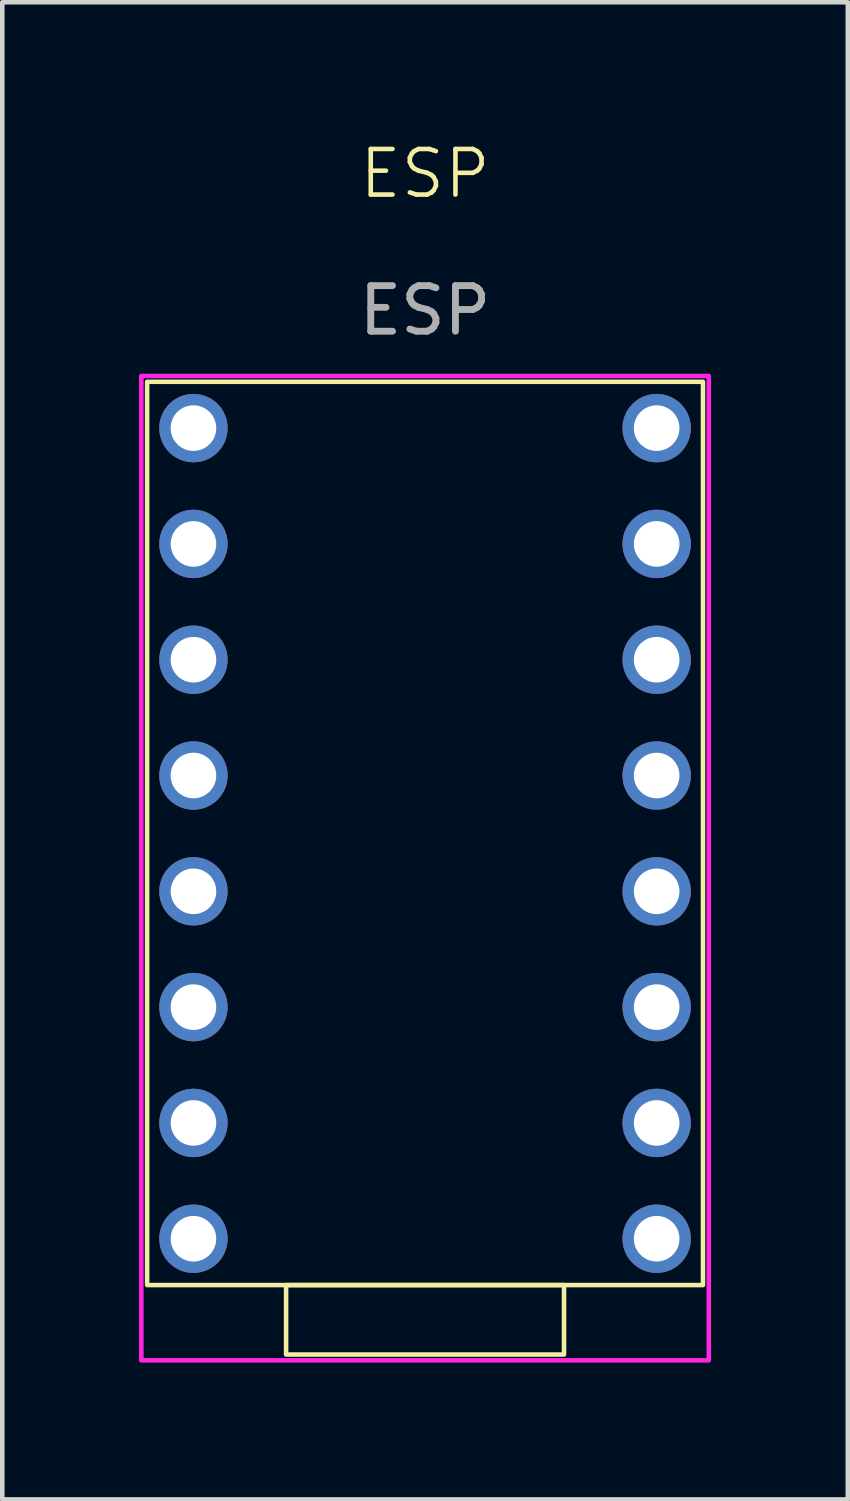
<source format=kicad_pcb>
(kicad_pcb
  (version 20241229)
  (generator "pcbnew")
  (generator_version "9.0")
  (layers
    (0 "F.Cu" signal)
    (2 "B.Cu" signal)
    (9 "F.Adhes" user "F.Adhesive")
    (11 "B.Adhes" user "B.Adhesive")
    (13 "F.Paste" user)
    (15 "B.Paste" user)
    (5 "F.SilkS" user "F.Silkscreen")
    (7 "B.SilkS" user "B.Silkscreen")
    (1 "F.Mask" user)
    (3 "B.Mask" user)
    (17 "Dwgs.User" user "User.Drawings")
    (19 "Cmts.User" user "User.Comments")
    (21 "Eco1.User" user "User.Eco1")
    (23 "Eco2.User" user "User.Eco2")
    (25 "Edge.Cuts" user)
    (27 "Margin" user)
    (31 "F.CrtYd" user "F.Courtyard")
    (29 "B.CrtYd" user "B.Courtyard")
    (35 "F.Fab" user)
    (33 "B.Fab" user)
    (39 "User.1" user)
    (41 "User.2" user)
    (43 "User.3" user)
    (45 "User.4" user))
  (footprint "ESP"
    (layer "F.Cu")
    (at 6.273 1.26)
    (property "Reference" "ESP" (at 0 -0.5 0) (unlocked yes) (layer "F.SilkS") (effects (font (size 1 1) (thickness 0.1))))
    (attr smd)
    (fp_rect (start -6.096 4.064) (end 6.096 23.876) (stroke (width 0.1) (type default)) (fill no) (layer "F.SilkS"))
    (fp_rect (start -3.048 23.876) (end 3.048 25.4) (stroke (width 0.1) (type default)) (fill no) (layer "F.SilkS"))
    (fp_rect (start -6.223 3.937) (end 6.223 25.527) (stroke (width 0.1) (type default)) (fill no) (layer "F.CrtYd"))
    (fp_text user "${REFERENCE}" (at 0 2.5 0) (unlocked yes) (layer "F.Fab") (effects (font (size 1 1) (thickness 0.15))))
    (fp_text user "USB" (at 0 25.273 0) (unlocked yes) (layer "User.6") (effects (font (size 1 1) (thickness 0.1)) (justify bottom)))
    (pad "1" thru_hole circle (at -5.08 22.86) (size 1.5 1.5) (drill 1) (layers "*.Cu" "*.Mask"))
    (pad "2" thru_hole circle (at -5.08 20.32) (size 1.5 1.5) (drill 1) (layers "*.Cu" "*.Mask"))
    (pad "3" thru_hole circle (at -5.08 17.78) (size 1.5 1.5) (drill 1) (layers "*.Cu" "*.Mask"))
    (pad "4" thru_hole circle (at -5.08 15.24) (size 1.5 1.5) (drill 1) (layers "*.Cu" "*.Mask"))
    (pad "5" thru_hole circle (at -5.08 12.7) (size 1.5 1.5) (drill 1) (layers "*.Cu" "*.Mask"))
    (pad "6" thru_hole circle (at -5.08 10.16) (size 1.5 1.5) (drill 1) (layers "*.Cu" "*.Mask"))
    (pad "7" thru_hole circle (at -5.08 7.62) (size 1.5 1.5) (drill 1) (layers "*.Cu" "*.Mask"))
    (pad "8" thru_hole circle (at -5.08 5.08) (size 1.5 1.5) (drill 1) (layers "*.Cu" "*.Mask"))
    (pad "9" thru_hole circle (at 5.08 22.86) (size 1.5 1.5) (drill 1) (layers "*.Cu" "*.Mask"))
    (pad "10" thru_hole circle (at 5.08 20.32) (size 1.5 1.5) (drill 1) (layers "*.Cu" "*.Mask"))
    (pad "11" thru_hole circle (at 5.08 17.78) (size 1.5 1.5) (drill 1) (layers "*.Cu" "*.Mask"))
    (pad "12" thru_hole circle (at 5.08 15.24) (size 1.5 1.5) (drill 1) (layers "*.Cu" "*.Mask"))
    (pad "13" thru_hole circle (at 5.08 12.7) (size 1.5 1.5) (drill 1) (layers "*.Cu" "*.Mask"))
    (pad "14" thru_hole circle (at 5.08 10.16) (size 1.5 1.5) (drill 1) (layers "*.Cu" "*.Mask"))
    (pad "15" thru_hole circle (at 5.08 7.62) (size 1.5 1.5) (drill 1) (layers "*.Cu" "*.Mask"))
    (pad "16" thru_hole circle (at 5.08 5.08) (size 1.5 1.5) (drill 1) (layers "*.Cu" "*.Mask")))
  (gr_rect
    (start -3 -3)
    (end 15.546 29.837)
    (stroke (width 0.1) (type default))
    (fill no)
    (layer "Edge.Cuts")))
</source>
